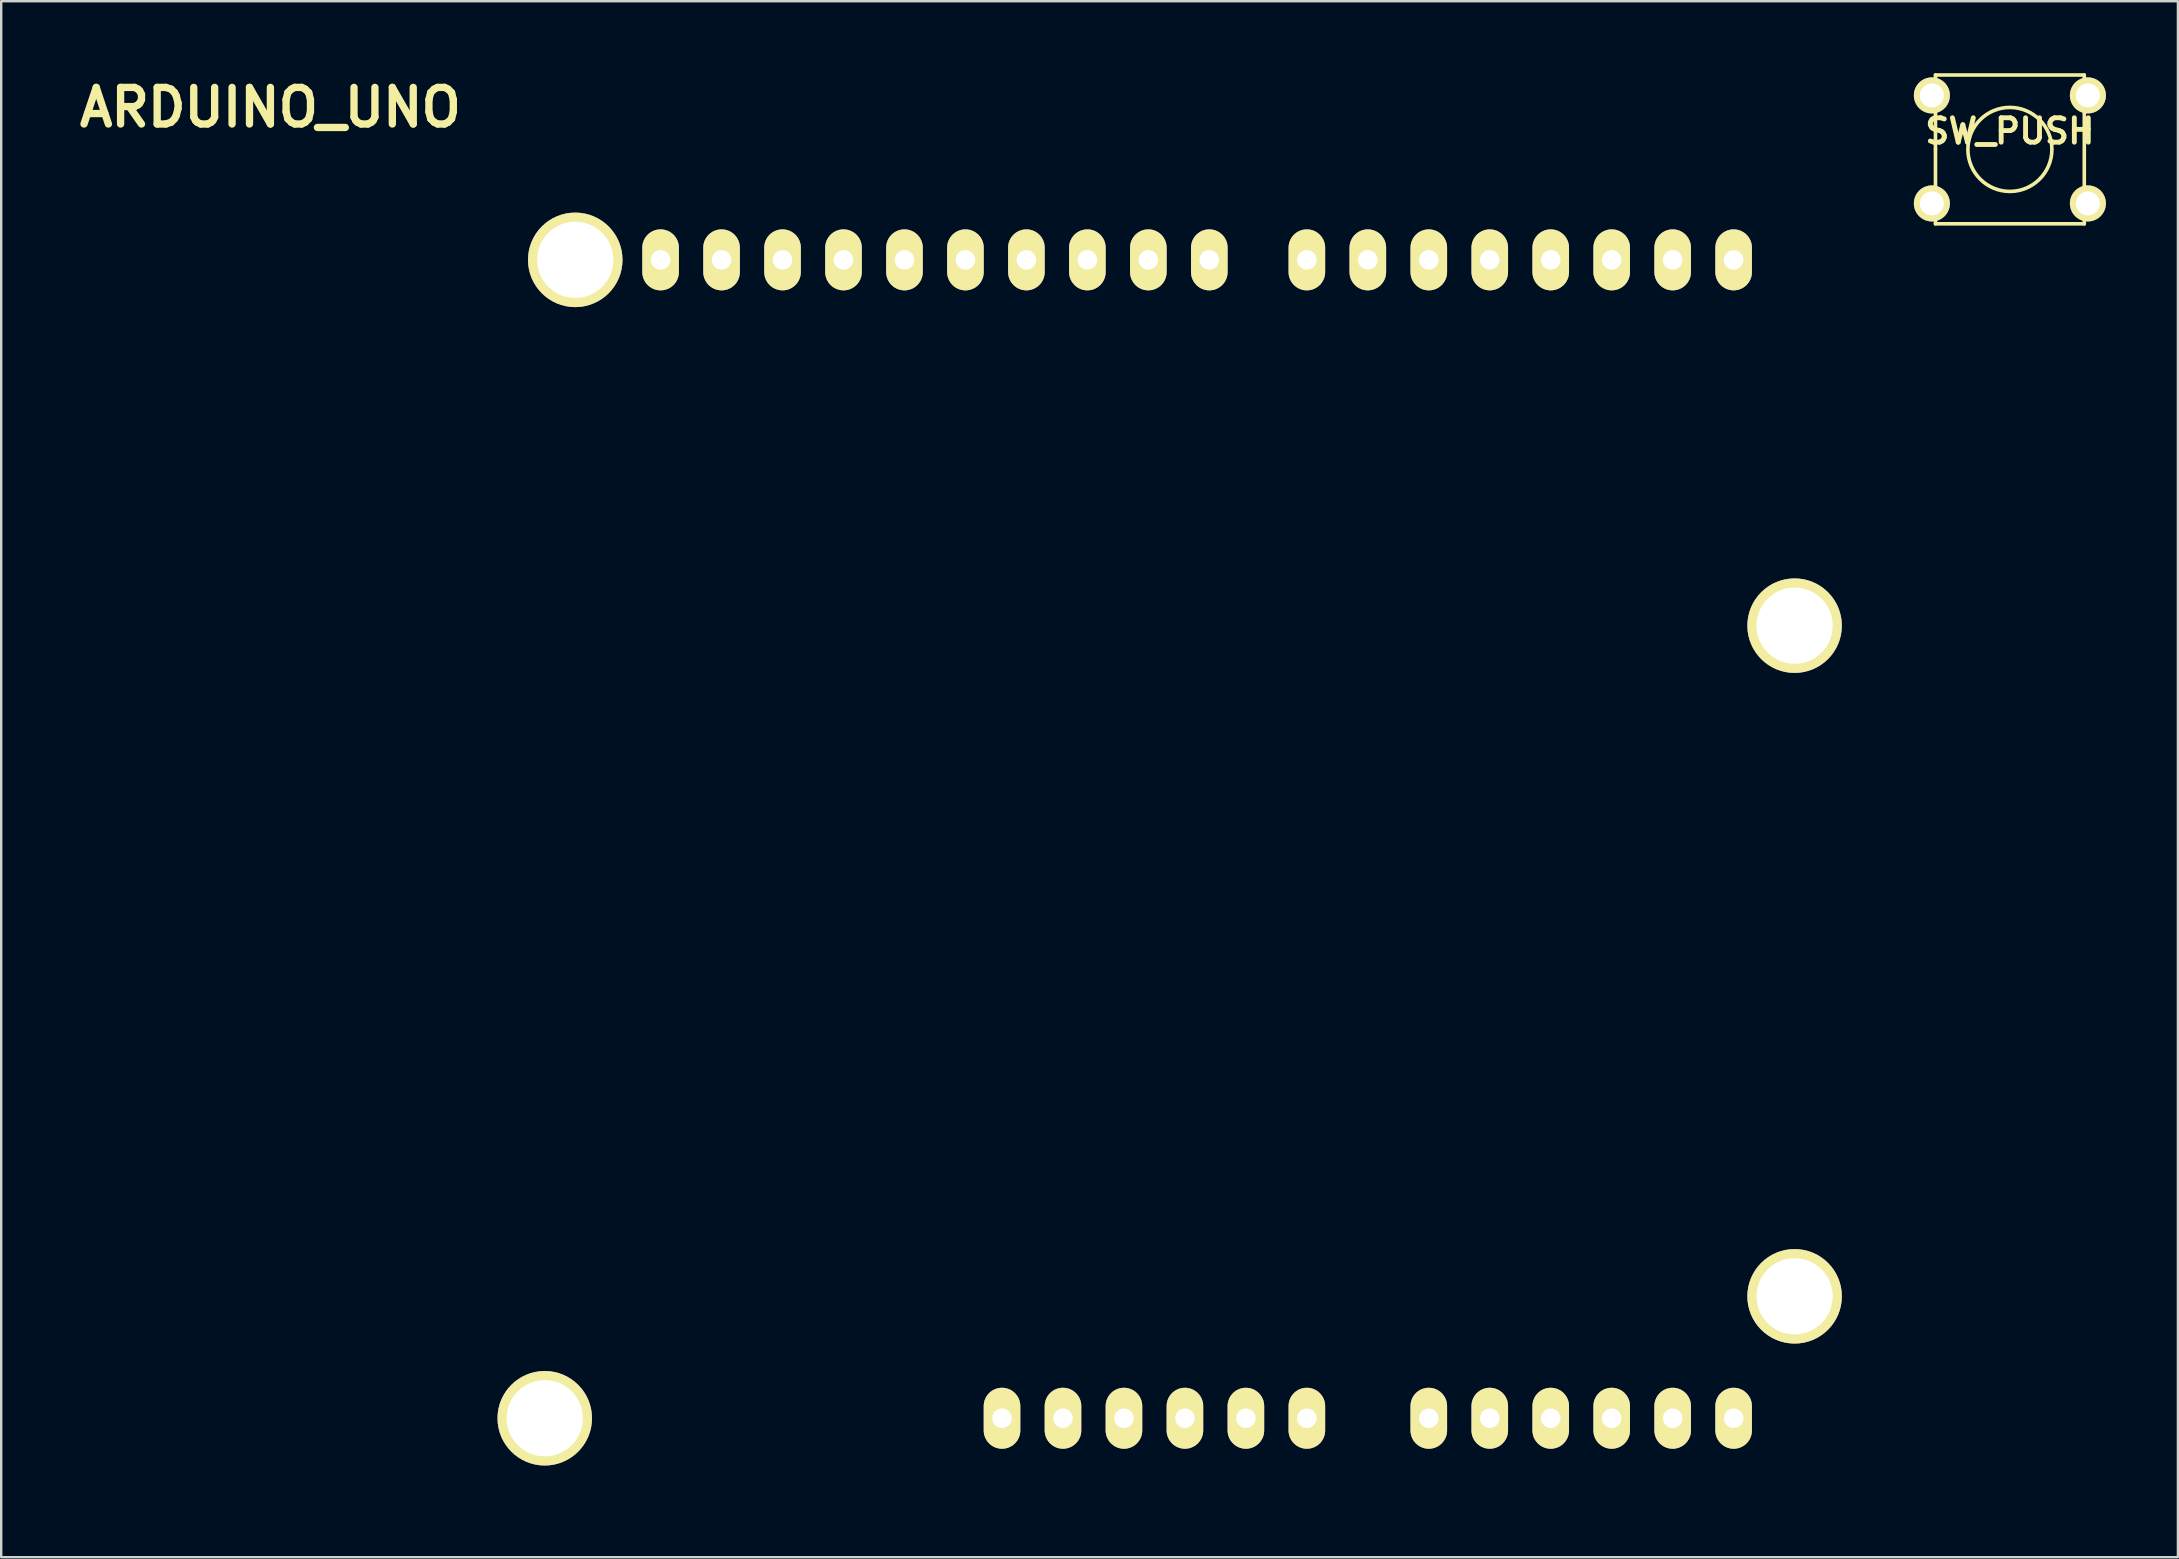
<source format=kicad_pcb>
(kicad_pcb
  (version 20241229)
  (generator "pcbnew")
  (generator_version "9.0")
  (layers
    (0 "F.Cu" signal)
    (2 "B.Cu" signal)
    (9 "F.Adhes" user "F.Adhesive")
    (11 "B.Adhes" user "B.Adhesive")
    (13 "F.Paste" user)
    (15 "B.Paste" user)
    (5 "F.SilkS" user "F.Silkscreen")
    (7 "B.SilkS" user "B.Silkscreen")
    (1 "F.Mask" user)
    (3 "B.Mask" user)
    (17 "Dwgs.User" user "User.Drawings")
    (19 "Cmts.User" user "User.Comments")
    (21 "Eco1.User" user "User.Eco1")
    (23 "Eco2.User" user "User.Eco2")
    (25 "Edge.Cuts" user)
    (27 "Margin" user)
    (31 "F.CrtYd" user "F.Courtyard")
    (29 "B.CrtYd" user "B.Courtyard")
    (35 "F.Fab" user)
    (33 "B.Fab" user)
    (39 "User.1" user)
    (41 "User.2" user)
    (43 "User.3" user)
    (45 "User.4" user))
  (footprint "SW_PUSH"
    (layer "F.Cu")
    (at 80.684 3.175)
    (property "Reference" "SW_PUSH" (at 0 -0.762 0) (layer "F.SilkS") (effects (font (size 1.016 1.016) (thickness 0.203))))
    (attr through_hole)
    (fp_line (start -3.1 -3.1) (end 3.1 -3.1) (stroke (width 0.15) (type solid)) (layer "F.SilkS"))
    (fp_line (start -3.1 0) (end -3.1 -3.1) (stroke (width 0.15) (type solid)) (layer "F.SilkS"))
    (fp_line (start -3.1 3.1) (end -3.1 0) (stroke (width 0.15) (type solid)) (layer "F.SilkS"))
    (fp_line (start 3.1 -3.1) (end 3.1 3.1) (stroke (width 0.15) (type solid)) (layer "F.SilkS"))
    (fp_line (start 3.1 3.1) (end -3.1 3.1) (stroke (width 0.15) (type solid)) (layer "F.SilkS"))
    (fp_circle (center 0 0) (end 1.75 0) (stroke (width 0.15) (type solid)) (fill no) (layer "F.SilkS"))
    (pad "1" thru_hole circle (at -3.25 -2.25) (size 1.5 1.5) (drill 1) (layers "*.Cu" "*.Mask" "F.SilkS"))
    (pad "2" thru_hole circle (at 3.25 -2.25) (size 1.5 1.5) (drill 1) (layers "*.Cu" "*.Mask" "F.SilkS"))
    (pad "3" thru_hole circle (at -3.25 2.25) (size 1.5 1.5) (drill 1) (layers "*.Cu" "*.Mask" "F.SilkS"))
    (pad "4" thru_hole circle (at 3.25 2.25) (size 1.5 1.5) (drill 1) (layers "*.Cu" "*.Mask" "F.SilkS")))
  (footprint "ARDUINO_UNO"
    (layer "F.Cu")
    (at 5.675 58.576)
    (property "Reference" "ARDUINO_UNO" (at 2.54 -57.15 0) (layer "F.SilkS") (effects (font (size 1.524 1.524) (thickness 0.305))))
    (attr through_hole)
    (pad "" thru_hole circle (at 13.97 -2.54 90) (size 3.937 3.937) (drill 3.175) (layers "*.Cu" "*.Mask" "F.SilkS"))
    (pad "" thru_hole circle (at 15.24 -50.8 90) (size 3.937 3.937) (drill 3.175) (layers "*.Cu" "*.Mask" "F.SilkS"))
    (pad "" thru_hole circle (at 66.04 -35.56 90) (size 3.937 3.937) (drill 3.175) (layers "*.Cu" "*.Mask" "F.SilkS"))
    (pad "" thru_hole circle (at 66.04 -7.62 90) (size 3.937 3.937) (drill 3.175) (layers "*.Cu" "*.Mask" "F.SilkS"))
    (pad "0" thru_hole oval (at 63.5 -50.8 90) (size 2.54 1.524) (drill 0.813) (layers "*.Cu" "*.Mask" "F.SilkS"))
    (pad "1" thru_hole oval (at 60.96 -50.8 90) (size 2.54 1.524) (drill 0.813) (layers "*.Cu" "*.Mask" "F.SilkS"))
    (pad "2" thru_hole oval (at 58.42 -50.8 90) (size 2.54 1.524) (drill 0.813) (layers "*.Cu" "*.Mask" "F.SilkS"))
    (pad "3" thru_hole oval (at 55.88 -50.8 90) (size 2.54 1.524) (drill 0.813) (layers "*.Cu" "*.Mask" "F.SilkS"))
    (pad "3V3" thru_hole oval (at 35.56 -2.54 90) (size 2.54 1.524) (drill 0.813) (layers "*.Cu" "*.Mask" "F.SilkS"))
    (pad "4" thru_hole oval (at 53.34 -50.8 90) (size 2.54 1.524) (drill 0.813) (layers "*.Cu" "*.Mask" "F.SilkS"))
    (pad "5" thru_hole oval (at 50.8 -50.8 90) (size 2.54 1.524) (drill 0.813) (layers "*.Cu" "*.Mask" "F.SilkS"))
    (pad "5V" thru_hole oval (at 38.1 -2.54 90) (size 2.54 1.524) (drill 0.813) (layers "*.Cu" "*.Mask" "F.SilkS"))
    (pad "6" thru_hole oval (at 48.26 -50.8 90) (size 2.54 1.524) (drill 0.813) (layers "*.Cu" "*.Mask" "F.SilkS"))
    (pad "7" thru_hole oval (at 45.72 -50.8 90) (size 2.54 1.524) (drill 0.813) (layers "*.Cu" "*.Mask" "F.SilkS"))
    (pad "8" thru_hole oval (at 41.656 -50.8 90) (size 2.54 1.524) (drill 0.813) (layers "*.Cu" "*.Mask" "F.SilkS"))
    (pad "9" thru_hole oval (at 39.116 -50.8 90) (size 2.54 1.524) (drill 0.813) (layers "*.Cu" "*.Mask" "F.SilkS"))
    (pad "10" thru_hole oval (at 36.576 -50.8 90) (size 2.54 1.524) (drill 0.813) (layers "*.Cu" "*.Mask" "F.SilkS"))
    (pad "11" thru_hole oval (at 34.036 -50.8 90) (size 2.54 1.524) (drill 0.813) (layers "*.Cu" "*.Mask" "F.SilkS"))
    (pad "12" thru_hole oval (at 31.496 -50.8 90) (size 2.54 1.524) (drill 0.813) (layers "*.Cu" "*.Mask" "F.SilkS"))
    (pad "13" thru_hole oval (at 28.956 -50.8 90) (size 2.54 1.524) (drill 0.813) (layers "*.Cu" "*.Mask" "F.SilkS"))
    (pad "AD0" thru_hole oval (at 50.8 -2.54 90) (size 2.54 1.524) (drill 0.813) (layers "*.Cu" "*.Mask" "F.SilkS"))
    (pad "AD1" thru_hole oval (at 53.34 -2.54 90) (size 2.54 1.524) (drill 0.813) (layers "*.Cu" "*.Mask" "F.SilkS"))
    (pad "AD2" thru_hole oval (at 55.88 -2.54 90) (size 2.54 1.524) (drill 0.813) (layers "*.Cu" "*.Mask" "F.SilkS"))
    (pad "AD3" thru_hole oval (at 58.42 -2.54 90) (size 2.54 1.524) (drill 0.813) (layers "*.Cu" "*.Mask" "F.SilkS"))
    (pad "AD4" thru_hole oval (at 60.96 -2.54 90) (size 2.54 1.524) (drill 0.813) (layers "*.Cu" "*.Mask" "F.SilkS"))
    (pad "AD5" thru_hole oval (at 63.5 -2.54 90) (size 2.54 1.524) (drill 0.813) (layers "*.Cu" "*.Mask" "F.SilkS"))
    (pad "AREF" thru_hole oval (at 23.876 -50.8 90) (size 2.54 1.524) (drill 0.813) (layers "*.Cu" "*.Mask" "F.SilkS"))
    (pad "GND1" thru_hole oval (at 40.64 -2.54 90) (size 2.54 1.524) (drill 0.813) (layers "*.Cu" "*.Mask" "F.SilkS"))
    (pad "GND2" thru_hole oval (at 43.18 -2.54 90) (size 2.54 1.524) (drill 0.813) (layers "*.Cu" "*.Mask" "F.SilkS"))
    (pad "GND3" thru_hole oval (at 26.416 -50.8 90) (size 2.54 1.524) (drill 0.813) (layers "*.Cu" "*.Mask" "F.SilkS"))
    (pad "RST" thru_hole oval (at 33.02 -2.54 90) (size 2.54 1.524) (drill 0.813) (layers "*.Cu" "*.Mask" "F.SilkS"))
    (pad "SDA" thru_hole oval (at 21.336 -50.8 90) (size 2.54 1.524) (drill 0.813) (layers "*.Cu" "*.Mask" "F.SilkS"))
    (pad "SDL" thru_hole oval (at 18.796 -50.8 90) (size 2.54 1.524) (drill 0.813) (layers "*.Cu" "*.Mask" "F.SilkS"))
    (pad "V_IN" thru_hole oval (at 45.72 -2.54 90) (size 2.54 1.524) (drill 0.813) (layers "*.Cu" "*.Mask" "F.SilkS")))
  (gr_rect
    (start -3 -3)
    (end 87.684 61.826)
    (stroke (width 0.1) (type default))
    (fill no)
    (layer "Edge.Cuts")))
</source>
